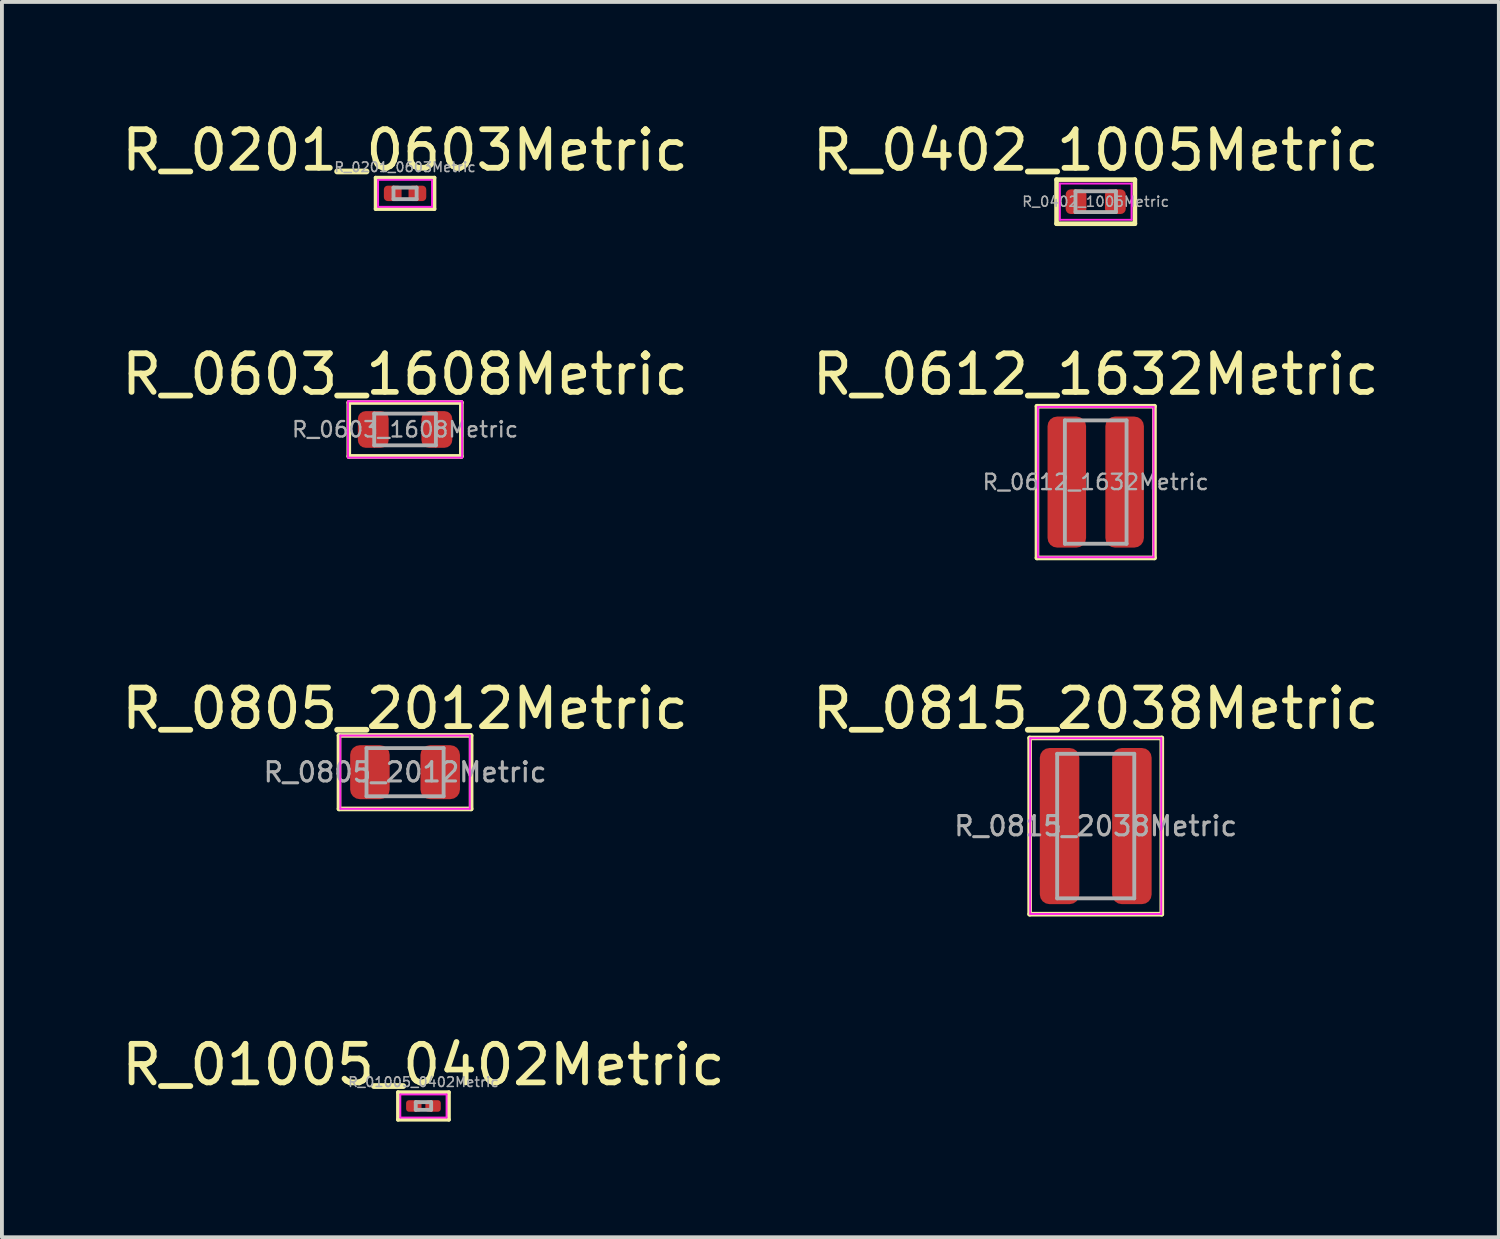
<source format=kicad_pcb>
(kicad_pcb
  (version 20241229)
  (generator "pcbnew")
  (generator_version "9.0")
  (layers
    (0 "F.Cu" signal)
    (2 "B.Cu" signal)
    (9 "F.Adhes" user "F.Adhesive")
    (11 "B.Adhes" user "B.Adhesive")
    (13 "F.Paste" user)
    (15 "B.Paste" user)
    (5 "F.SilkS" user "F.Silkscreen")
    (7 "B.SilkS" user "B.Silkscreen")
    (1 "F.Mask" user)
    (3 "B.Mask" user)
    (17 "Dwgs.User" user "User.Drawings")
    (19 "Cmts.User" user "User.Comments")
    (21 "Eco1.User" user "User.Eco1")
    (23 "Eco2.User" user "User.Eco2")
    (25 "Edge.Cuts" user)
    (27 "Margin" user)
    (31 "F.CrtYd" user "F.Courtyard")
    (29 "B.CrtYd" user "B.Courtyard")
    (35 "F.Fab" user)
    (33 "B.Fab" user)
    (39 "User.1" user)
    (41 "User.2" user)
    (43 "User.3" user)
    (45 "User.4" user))
  (footprint "R_0805_2012Metric"
    (layer "F.Cu")
    (at 7.458 16.982)
    (property "Reference" "R_0805_2012Metric" (at 0 -1.65 0) (layer "F.SilkS") (effects (font (size 1 1) (thickness 0.15))))
    (attr smd)
    (fp_line (start -1.714 -0.953) (end -1.714 0.953) (stroke (width 0.12) (type solid)) (layer "F.SilkS"))
    (fp_line (start -1.714 0.953) (end 1.714 0.953) (stroke (width 0.12) (type solid)) (layer "F.SilkS"))
    (fp_line (start 1.714 -0.953) (end -1.714 -0.953) (stroke (width 0.12) (type solid)) (layer "F.SilkS"))
    (fp_line (start 1.714 0.953) (end 1.714 -0.953) (stroke (width 0.12) (type solid)) (layer "F.SilkS"))
    (fp_line (start -1.68 -0.95) (end 1.68 -0.95) (stroke (width 0.05) (type solid)) (layer "F.CrtYd"))
    (fp_line (start -1.68 0.95) (end -1.68 -0.95) (stroke (width 0.05) (type solid)) (layer "F.CrtYd"))
    (fp_line (start 1.68 -0.95) (end 1.68 0.95) (stroke (width 0.05) (type solid)) (layer "F.CrtYd"))
    (fp_line (start 1.68 0.95) (end -1.68 0.95) (stroke (width 0.05) (type solid)) (layer "F.CrtYd"))
    (fp_line (start -1 -0.625) (end 1 -0.625) (stroke (width 0.1) (type solid)) (layer "F.Fab"))
    (fp_line (start -1 0.625) (end -1 -0.625) (stroke (width 0.1) (type solid)) (layer "F.Fab"))
    (fp_line (start 1 -0.625) (end 1 0.625) (stroke (width 0.1) (type solid)) (layer "F.Fab"))
    (fp_line (start 1 0.625) (end -1 0.625) (stroke (width 0.1) (type solid)) (layer "F.Fab"))
    (fp_text user "${REFERENCE}" (at 0 0 0) (layer "F.Fab") (effects (font (size 0.5 0.5) (thickness 0.08))))
    (pad "1" smd roundrect (at -0.912 0) (size 1.025 1.4) (layers "F.Cu" "F.Mask" "F.Paste") (roundrect_rratio 0.244))
    (pad "2" smd roundrect (at 0.912 0) (size 1.025 1.4) (layers "F.Cu" "F.Mask" "F.Paste") (roundrect_rratio 0.244)))
  (footprint "R_0603_1608Metric"
    (layer "F.Cu")
    (at 7.458 8.091)
    (property "Reference" "R_0603_1608Metric" (at 0 -1.43 0) (layer "F.SilkS") (effects (font (size 1 1) (thickness 0.15))))
    (attr smd)
    (fp_line (start -1.46 -0.699) (end -1.46 0.699) (stroke (width 0.12) (type solid)) (layer "F.SilkS"))
    (fp_line (start -1.46 0.699) (end 1.46 0.699) (stroke (width 0.12) (type solid)) (layer "F.SilkS"))
    (fp_line (start 1.46 -0.699) (end -1.46 -0.699) (stroke (width 0.12) (type solid)) (layer "F.SilkS"))
    (fp_line (start 1.46 0.699) (end 1.46 -0.699) (stroke (width 0.12) (type solid)) (layer "F.SilkS"))
    (fp_line (start -1.48 -0.73) (end 1.48 -0.73) (stroke (width 0.05) (type solid)) (layer "F.CrtYd"))
    (fp_line (start -1.48 0.73) (end -1.48 -0.73) (stroke (width 0.05) (type solid)) (layer "F.CrtYd"))
    (fp_line (start 1.48 -0.73) (end 1.48 0.73) (stroke (width 0.05) (type solid)) (layer "F.CrtYd"))
    (fp_line (start 1.48 0.73) (end -1.48 0.73) (stroke (width 0.05) (type solid)) (layer "F.CrtYd"))
    (fp_line (start -0.8 -0.412) (end 0.8 -0.412) (stroke (width 0.1) (type solid)) (layer "F.Fab"))
    (fp_line (start -0.8 0.412) (end -0.8 -0.412) (stroke (width 0.1) (type solid)) (layer "F.Fab"))
    (fp_line (start 0.8 -0.412) (end 0.8 0.412) (stroke (width 0.1) (type solid)) (layer "F.Fab"))
    (fp_line (start 0.8 0.412) (end -0.8 0.412) (stroke (width 0.1) (type solid)) (layer "F.Fab"))
    (fp_text user "${REFERENCE}" (at 0 0 0) (layer "F.Fab") (effects (font (size 0.4 0.4) (thickness 0.06))))
    (pad "1" smd roundrect (at -0.825 0) (size 0.8 0.95) (layers "F.Cu" "F.Mask" "F.Paste") (roundrect_rratio 0.25))
    (pad "2" smd roundrect (at 0.825 0) (size 0.8 0.95) (layers "F.Cu" "F.Mask" "F.Paste") (roundrect_rratio 0.25)))
  (footprint "R_0815_2038Metric"
    (layer "F.Cu")
    (at 25.375 18.38)
    (property "Reference" "R_0815_2038Metric" (at 0 -3.048 0) (layer "F.SilkS") (effects (font (size 1 1) (thickness 0.15))))
    (attr smd)
    (fp_line (start -1.714 -2.286) (end -1.714 2.286) (stroke (width 0.12) (type solid)) (layer "F.SilkS"))
    (fp_line (start -1.714 2.286) (end 1.714 2.286) (stroke (width 0.12) (type solid)) (layer "F.SilkS"))
    (fp_line (start 1.714 -2.286) (end -1.714 -2.286) (stroke (width 0.12) (type solid)) (layer "F.SilkS"))
    (fp_line (start 1.714 2.286) (end 1.714 -2.286) (stroke (width 0.12) (type solid)) (layer "F.SilkS"))
    (fp_line (start -1.7 -2.28) (end 1.7 -2.28) (stroke (width 0.05) (type solid)) (layer "F.CrtYd"))
    (fp_line (start -1.7 2.28) (end -1.7 -2.28) (stroke (width 0.05) (type solid)) (layer "F.CrtYd"))
    (fp_line (start 1.7 -2.28) (end 1.7 2.28) (stroke (width 0.05) (type solid)) (layer "F.CrtYd"))
    (fp_line (start 1.7 2.28) (end -1.7 2.28) (stroke (width 0.05) (type solid)) (layer "F.CrtYd"))
    (fp_line (start -1 -1.875) (end 1 -1.875) (stroke (width 0.1) (type solid)) (layer "F.Fab"))
    (fp_line (start -1 1.875) (end -1 -1.875) (stroke (width 0.1) (type solid)) (layer "F.Fab"))
    (fp_line (start 1 -1.875) (end 1 1.875) (stroke (width 0.1) (type solid)) (layer "F.Fab"))
    (fp_line (start 1 1.875) (end -1 1.875) (stroke (width 0.1) (type solid)) (layer "F.Fab"))
    (fp_text user "${REFERENCE}" (at 0 0 0) (layer "F.Fab") (effects (font (size 0.5 0.5) (thickness 0.08))))
    (pad "1" smd roundrect (at -0.938 0) (size 1.025 4.05) (layers "F.Cu" "F.Mask" "F.Paste") (roundrect_rratio 0.244))
    (pad "2" smd roundrect (at 0.938 0) (size 1.025 4.05) (layers "F.Cu" "F.Mask" "F.Paste") (roundrect_rratio 0.244)))
  (footprint "R_0612_1632Metric"
    (layer "F.Cu")
    (at 25.375 9.456)
    (property "Reference" "R_0612_1632Metric" (at 0 -2.794 0) (layer "F.SilkS") (effects (font (size 1 1) (thickness 0.15))))
    (attr smd)
    (fp_line (start -1.524 -1.968) (end -1.524 1.968) (stroke (width 0.12) (type solid)) (layer "F.SilkS"))
    (fp_line (start -1.524 1.968) (end 1.524 1.968) (stroke (width 0.12) (type solid)) (layer "F.SilkS"))
    (fp_line (start 1.524 -1.968) (end -1.524 -1.968) (stroke (width 0.12) (type solid)) (layer "F.SilkS"))
    (fp_line (start 1.524 1.968) (end 1.524 -1.968) (stroke (width 0.12) (type solid)) (layer "F.SilkS"))
    (fp_line (start -1.5 -1.95) (end 1.5 -1.95) (stroke (width 0.05) (type solid)) (layer "F.CrtYd"))
    (fp_line (start -1.5 1.95) (end -1.5 -1.95) (stroke (width 0.05) (type solid)) (layer "F.CrtYd"))
    (fp_line (start 1.5 -1.95) (end 1.5 1.95) (stroke (width 0.05) (type solid)) (layer "F.CrtYd"))
    (fp_line (start 1.5 1.95) (end -1.5 1.95) (stroke (width 0.05) (type solid)) (layer "F.CrtYd"))
    (fp_line (start -0.8 -1.6) (end 0.8 -1.6) (stroke (width 0.1) (type solid)) (layer "F.Fab"))
    (fp_line (start -0.8 1.6) (end -0.8 -1.6) (stroke (width 0.1) (type solid)) (layer "F.Fab"))
    (fp_line (start 0.8 -1.6) (end 0.8 1.6) (stroke (width 0.1) (type solid)) (layer "F.Fab"))
    (fp_line (start 0.8 1.6) (end -0.8 1.6) (stroke (width 0.1) (type solid)) (layer "F.Fab"))
    (fp_text user "${REFERENCE}" (at 0 0 0) (layer "F.Fab") (effects (font (size 0.4 0.4) (thickness 0.06))))
    (pad "1" smd roundrect (at -0.75 0) (size 1 3.4) (layers "F.Cu" "F.Mask" "F.Paste") (roundrect_rratio 0.25))
    (pad "2" smd roundrect (at 0.75 0) (size 1 3.4) (layers "F.Cu" "F.Mask" "F.Paste") (roundrect_rratio 0.25)))
  (footprint "R_0201_0603Metric"
    (layer "F.Cu")
    (at 7.458 1.966)
    (property "Reference" "R_0201_0603Metric" (at 0 -1.118 0) (layer "F.SilkS") (effects (font (size 1 1) (thickness 0.15))))
    (attr smd)
    (fp_line (start -0.762 -0.406) (end -0.762 0.406) (stroke (width 0.1) (type solid)) (layer "F.SilkS"))
    (fp_line (start -0.762 0.406) (end 0.762 0.406) (stroke (width 0.1) (type solid)) (layer "F.SilkS"))
    (fp_line (start 0.762 -0.406) (end -0.762 -0.406) (stroke (width 0.1) (type solid)) (layer "F.SilkS"))
    (fp_line (start 0.762 0.406) (end 0.762 -0.406) (stroke (width 0.1) (type solid)) (layer "F.SilkS"))
    (fp_line (start -0.7 -0.35) (end 0.7 -0.35) (stroke (width 0.05) (type solid)) (layer "F.CrtYd"))
    (fp_line (start -0.7 0.35) (end -0.7 -0.35) (stroke (width 0.05) (type solid)) (layer "F.CrtYd"))
    (fp_line (start 0.7 -0.35) (end 0.7 0.35) (stroke (width 0.05) (type solid)) (layer "F.CrtYd"))
    (fp_line (start 0.7 0.35) (end -0.7 0.35) (stroke (width 0.05) (type solid)) (layer "F.CrtYd"))
    (fp_line (start -0.3 -0.15) (end 0.3 -0.15) (stroke (width 0.1) (type solid)) (layer "F.Fab"))
    (fp_line (start -0.3 0.15) (end -0.3 -0.15) (stroke (width 0.1) (type solid)) (layer "F.Fab"))
    (fp_line (start 0.3 -0.15) (end 0.3 0.15) (stroke (width 0.1) (type solid)) (layer "F.Fab"))
    (fp_line (start 0.3 0.15) (end -0.3 0.15) (stroke (width 0.1) (type solid)) (layer "F.Fab"))
    (fp_text user "${REFERENCE}" (at 0 -0.68 0) (layer "F.Fab") (effects (font (size 0.25 0.25) (thickness 0.04))))
    (pad "" smd roundrect (at -0.345 0) (size 0.318 0.36) (layers "F.Paste") (roundrect_rratio 0.25))
    (pad "" smd roundrect (at 0.345 0) (size 0.318 0.36) (layers "F.Paste") (roundrect_rratio 0.25))
    (pad "1" smd roundrect (at -0.32 0) (size 0.46 0.4) (layers "F.Cu" "F.Mask") (roundrect_rratio 0.25))
    (pad "2" smd roundrect (at 0.32 0) (size 0.46 0.4) (layers "F.Cu" "F.Mask") (roundrect_rratio 0.25)))
  (footprint "R_01005_0402Metric"
    (layer "F.Cu")
    (at 7.935 25.641)
    (property "Reference" "R_01005_0402Metric" (at 0 -1.067 0) (layer "F.SilkS") (effects (font (size 1 1) (thickness 0.15))))
    (attr smd)
    (fp_line (start -0.66 -0.356) (end -0.66 0.356) (stroke (width 0.1) (type solid)) (layer "F.SilkS"))
    (fp_line (start -0.66 0.356) (end 0.66 0.356) (stroke (width 0.1) (type solid)) (layer "F.SilkS"))
    (fp_line (start 0.66 -0.356) (end -0.66 -0.356) (stroke (width 0.1) (type solid)) (layer "F.SilkS"))
    (fp_line (start 0.66 0.356) (end 0.66 -0.356) (stroke (width 0.1) (type solid)) (layer "F.SilkS"))
    (fp_line (start -0.6 -0.3) (end 0.6 -0.3) (stroke (width 0.05) (type solid)) (layer "F.CrtYd"))
    (fp_line (start -0.6 0.3) (end -0.6 -0.3) (stroke (width 0.05) (type solid)) (layer "F.CrtYd"))
    (fp_line (start 0.6 -0.3) (end 0.6 0.3) (stroke (width 0.05) (type solid)) (layer "F.CrtYd"))
    (fp_line (start 0.6 0.3) (end -0.6 0.3) (stroke (width 0.05) (type solid)) (layer "F.CrtYd"))
    (fp_line (start -0.2 -0.1) (end 0.2 -0.1) (stroke (width 0.1) (type solid)) (layer "F.Fab"))
    (fp_line (start -0.2 0.1) (end -0.2 -0.1) (stroke (width 0.1) (type solid)) (layer "F.Fab"))
    (fp_line (start 0.2 -0.1) (end 0.2 0.1) (stroke (width 0.1) (type solid)) (layer "F.Fab"))
    (fp_line (start 0.2 0.1) (end -0.2 0.1) (stroke (width 0.1) (type solid)) (layer "F.Fab"))
    (fp_text user "${REFERENCE}" (at 0 -0.62 0) (layer "F.Fab") (effects (font (size 0.25 0.25) (thickness 0.04))))
    (pad "" smd roundrect (at -0.275 0) (size 0.27 0.27) (layers "F.Paste") (roundrect_rratio 0.25))
    (pad "" smd roundrect (at 0.275 0) (size 0.27 0.27) (layers "F.Paste") (roundrect_rratio 0.25))
    (pad "1" smd roundrect (at -0.25 0) (size 0.4 0.3) (layers "F.Cu" "F.Mask") (roundrect_rratio 0.25))
    (pad "2" smd roundrect (at 0.25 0) (size 0.4 0.3) (layers "F.Cu" "F.Mask") (roundrect_rratio 0.25)))
  (footprint "R_0402_1005Metric"
    (layer "F.Cu")
    (at 25.375 2.182)
    (property "Reference" "R_0402_1005Metric" (at 0 -1.333 0) (layer "F.SilkS") (effects (font (size 1 1) (thickness 0.15))))
    (attr smd)
    (fp_line (start -1.016 -0.572) (end -1.016 0.572) (stroke (width 0.12) (type solid)) (layer "F.SilkS"))
    (fp_line (start -1.016 0.572) (end 1.016 0.572) (stroke (width 0.12) (type solid)) (layer "F.SilkS"))
    (fp_line (start 1.016 -0.572) (end -1.016 -0.572) (stroke (width 0.12) (type solid)) (layer "F.SilkS"))
    (fp_line (start 1.016 0.572) (end 1.016 -0.572) (stroke (width 0.12) (type solid)) (layer "F.SilkS"))
    (fp_line (start -0.93 -0.47) (end 0.93 -0.47) (stroke (width 0.05) (type solid)) (layer "F.CrtYd"))
    (fp_line (start -0.93 0.47) (end -0.93 -0.47) (stroke (width 0.05) (type solid)) (layer "F.CrtYd"))
    (fp_line (start 0.93 -0.47) (end 0.93 0.47) (stroke (width 0.05) (type solid)) (layer "F.CrtYd"))
    (fp_line (start 0.93 0.47) (end -0.93 0.47) (stroke (width 0.05) (type solid)) (layer "F.CrtYd"))
    (fp_line (start -0.525 -0.27) (end 0.525 -0.27) (stroke (width 0.1) (type solid)) (layer "F.Fab"))
    (fp_line (start -0.525 0.27) (end -0.525 -0.27) (stroke (width 0.1) (type solid)) (layer "F.Fab"))
    (fp_line (start 0.525 -0.27) (end 0.525 0.27) (stroke (width 0.1) (type solid)) (layer "F.Fab"))
    (fp_line (start 0.525 0.27) (end -0.525 0.27) (stroke (width 0.1) (type solid)) (layer "F.Fab"))
    (fp_text user "${REFERENCE}" (at 0 0 0) (layer "F.Fab") (effects (font (size 0.26 0.26) (thickness 0.04))))
    (pad "1" smd roundrect (at -0.51 0) (size 0.54 0.64) (layers "F.Cu" "F.Mask" "F.Paste") (roundrect_rratio 0.25))
    (pad "2" smd roundrect (at 0.51 0) (size 0.54 0.64) (layers "F.Cu" "F.Mask" "F.Paste") (roundrect_rratio 0.25)))
  (gr_rect
    (start -3 -3)
    (end 35.833 29.047)
    (stroke (width 0.1) (type default))
    (fill no)
    (layer "Edge.Cuts")))
</source>
